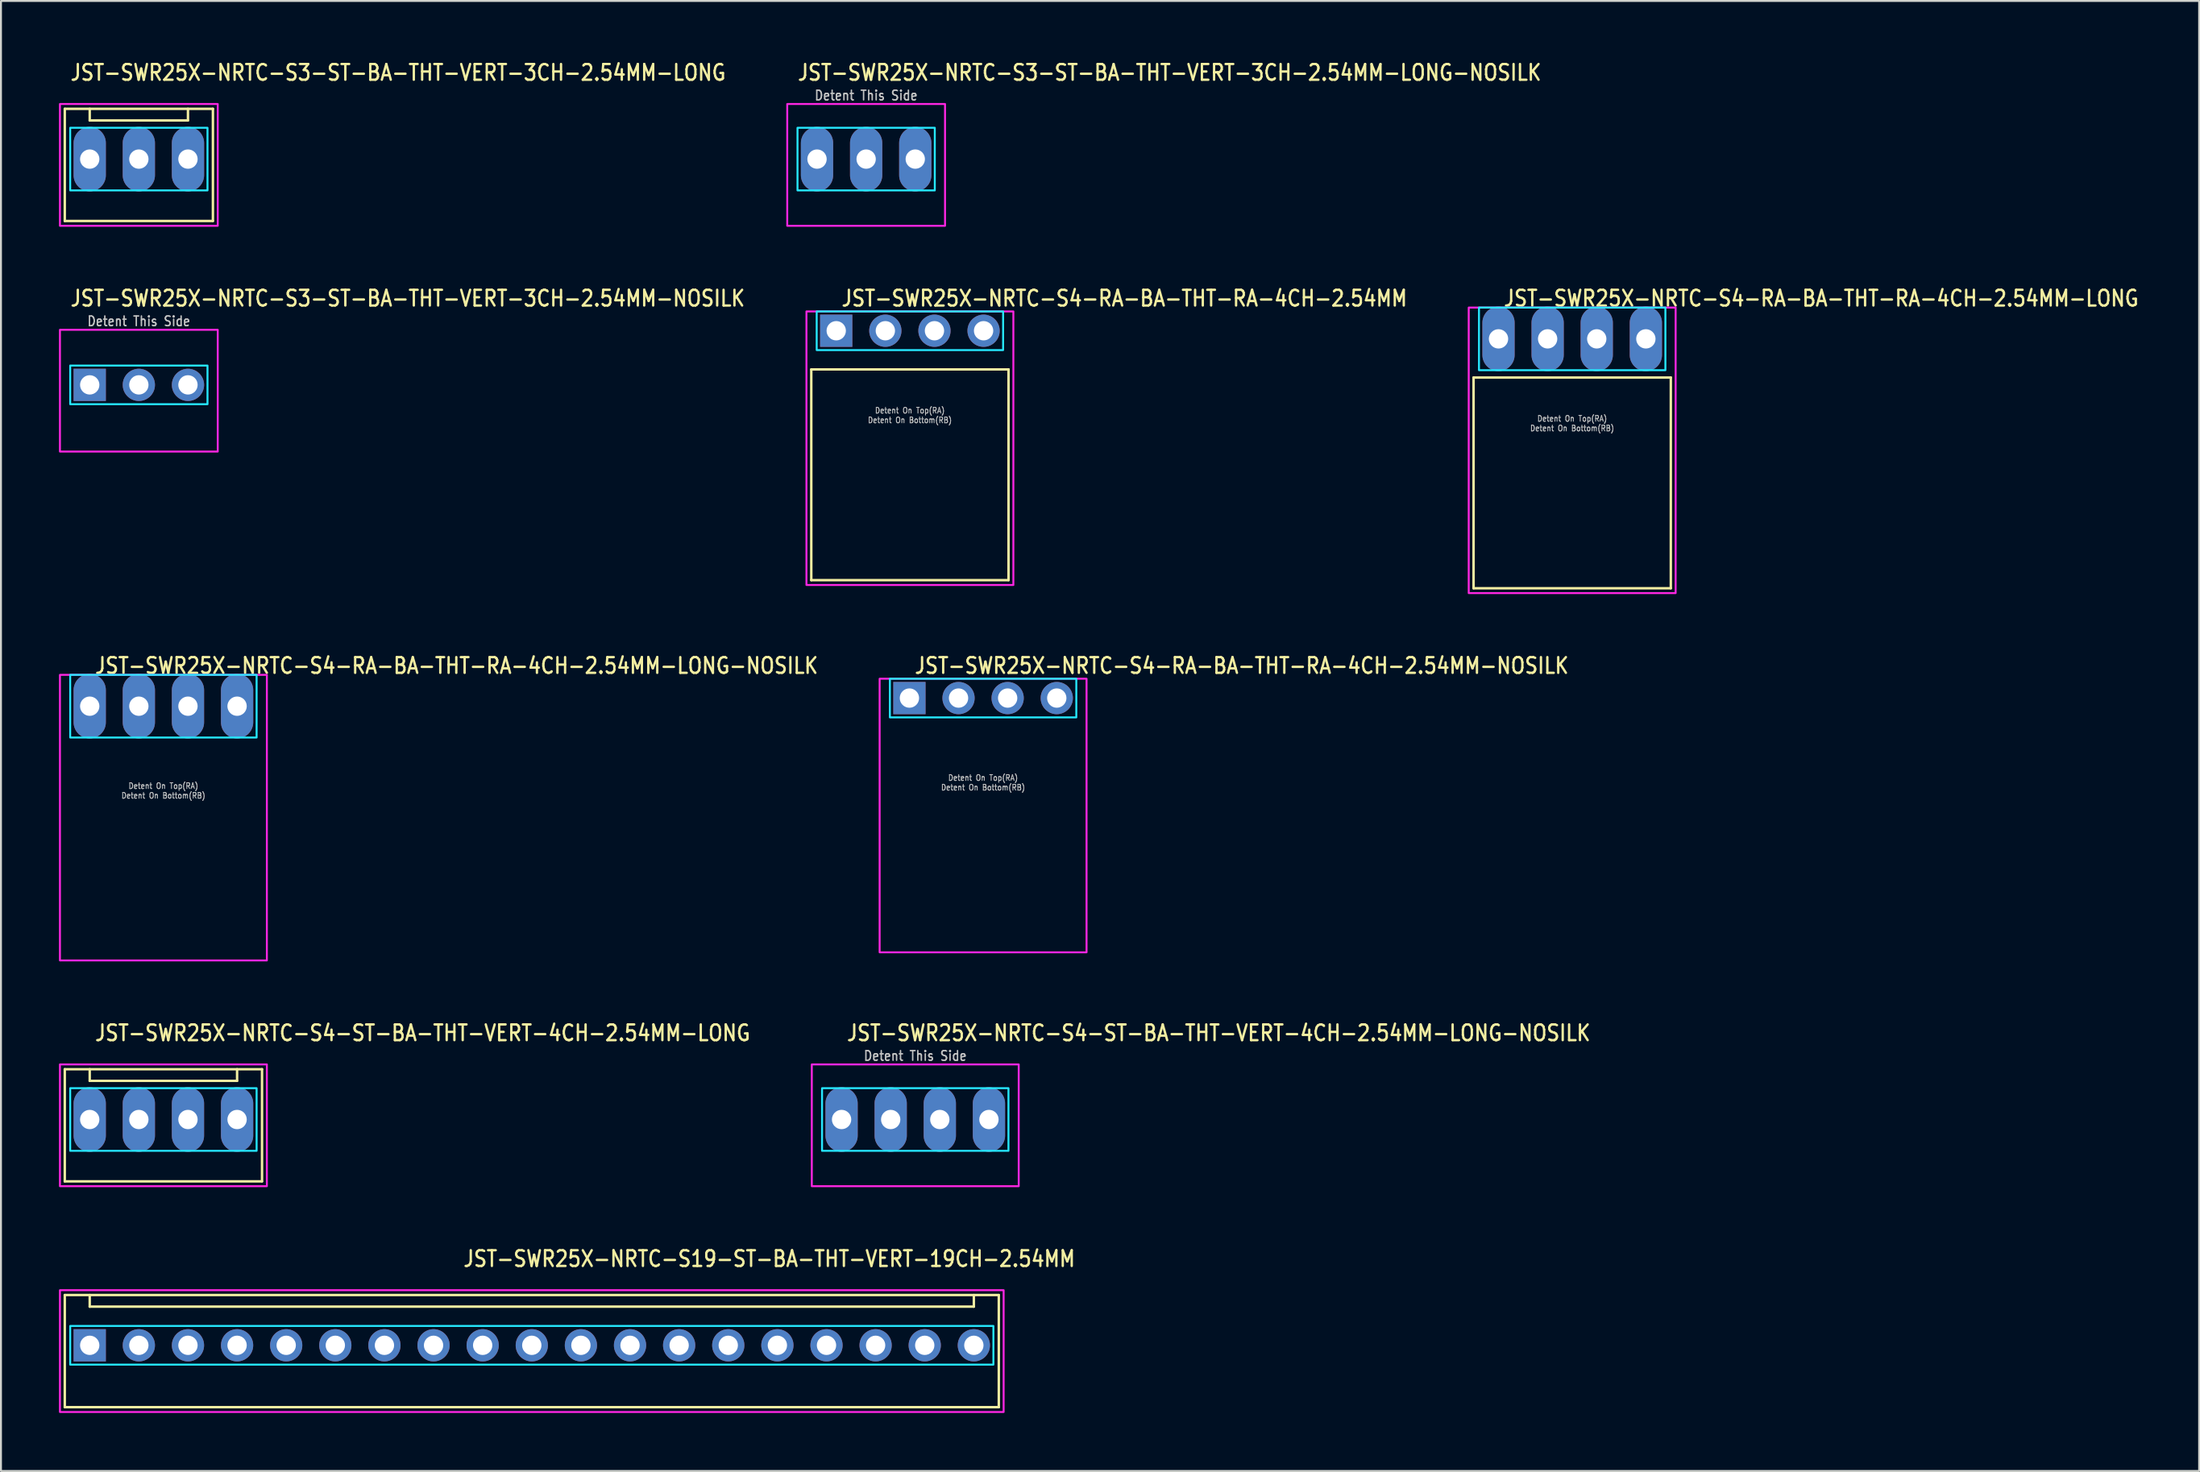
<source format=kicad_pcb>
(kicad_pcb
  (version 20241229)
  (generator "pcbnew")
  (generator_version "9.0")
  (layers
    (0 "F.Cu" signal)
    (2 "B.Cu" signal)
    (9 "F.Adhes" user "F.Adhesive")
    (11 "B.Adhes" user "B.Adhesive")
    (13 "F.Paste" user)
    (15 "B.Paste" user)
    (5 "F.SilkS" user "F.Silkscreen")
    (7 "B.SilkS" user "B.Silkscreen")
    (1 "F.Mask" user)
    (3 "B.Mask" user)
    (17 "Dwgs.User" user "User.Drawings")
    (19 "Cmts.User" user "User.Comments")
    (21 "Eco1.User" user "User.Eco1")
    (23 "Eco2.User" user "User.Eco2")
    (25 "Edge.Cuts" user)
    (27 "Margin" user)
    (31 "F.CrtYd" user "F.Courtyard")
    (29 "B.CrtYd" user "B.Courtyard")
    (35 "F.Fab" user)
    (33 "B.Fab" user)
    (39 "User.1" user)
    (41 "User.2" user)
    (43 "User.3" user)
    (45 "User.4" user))
  (footprint "JST-SWR25X-NRTC-S4-RA-BA-THT-RA-4CH-2.54MM-NOSILK"
    (layer "F.Cu")
    (at 47.788 33.056)
    (property "Reference" "JST-SWR25X-NRTC-S4-RA-BA-THT-RA-4CH-2.54MM-NOSILK" (at -3.6 -1.2 0) (unlocked yes) (layer "F.SilkS") (effects (font (size 0.813 0.695) (thickness 0.122)) (justify left bottom)))
    (fp_poly (pts (xy -4.82 -1) (xy -4.82 1) (xy 4.82 1) (xy 4.82 -1)) (stroke (width 0.1) (type solid)) (fill no) (layer "B.CrtYd"))
    (fp_poly (pts (xy -5.35 -1) (xy -5.35 13.15) (xy 5.35 13.15) (xy 5.35 -1)) (stroke (width 0.1) (type solid)) (fill no) (layer "F.CrtYd"))
    (fp_text user "Detent On Bottom(RB)" (at 0 4.8 0) (unlocked yes) (layer "Dwgs.User") (effects (font (size 0.3 0.257) (thickness 0.045)) (justify bottom)))
    (fp_text user "Detent On Top(RA)" (at 0 4.3 0) (unlocked yes) (layer "Dwgs.User") (effects (font (size 0.3 0.257) (thickness 0.045)) (justify bottom)))
    (pad "1" thru_hole rect (at -3.81 0) (size 1.667 1.667) (drill 1) (layers "*.Cu" "*.Mask"))
    (pad "2" thru_hole oval (at -1.27 0) (size 1.667 1.667) (drill 1) (layers "*.Cu" "*.Mask"))
    (pad "3" thru_hole oval (at 1.27 0) (size 1.667 1.667) (drill 1) (layers "*.Cu" "*.Mask"))
    (pad "4" thru_hole oval (at 3.81 0) (size 1.667 1.667) (drill 1) (layers "*.Cu" "*.Mask")))
  (footprint "JST-SWR25X-NRTC-S3-ST-BA-THT-VERT-3CH-2.54MM-LONG"
    (layer "F.Cu")
    (at 4.13 5.179)
    (property "Reference" "JST-SWR25X-NRTC-S3-ST-BA-THT-VERT-3CH-2.54MM-LONG" (at -3.6 -4 0) (unlocked yes) (layer "F.SilkS") (effects (font (size 0.813 0.695) (thickness 0.122)) (justify left bottom)))
    (fp_line (start -3.83 -2.6) (end 3.83 -2.6) (stroke (width 0.127) (type solid)) (layer "F.SilkS"))
    (fp_line (start -3.83 3.2) (end -3.83 -2.6) (stroke (width 0.127) (type solid)) (layer "F.SilkS"))
    (fp_line (start -3.83 3.2) (end 3.83 3.2) (stroke (width 0.127) (type solid)) (layer "F.SilkS"))
    (fp_line (start -2.54 -2.6) (end -2.54 -2) (stroke (width 0.127) (type solid)) (layer "F.SilkS"))
    (fp_line (start -2.54 -2) (end 2.54 -2) (stroke (width 0.127) (type solid)) (layer "F.SilkS"))
    (fp_line (start 2.54 -2.6) (end 2.54 -2) (stroke (width 0.127) (type solid)) (layer "F.SilkS"))
    (fp_line (start 3.83 -2.6) (end 3.83 3.2) (stroke (width 0.127) (type solid)) (layer "F.SilkS"))
    (fp_poly (pts (xy -3.55 -1.62) (xy -3.55 1.62) (xy 3.55 1.62) (xy 3.55 -1.62)) (stroke (width 0.1) (type solid)) (fill no) (layer "B.CrtYd"))
    (fp_poly (pts (xy -4.08 -2.85) (xy -4.08 3.45) (xy 4.08 3.45) (xy 4.08 -2.85)) (stroke (width 0.1) (type solid)) (fill no) (layer "F.CrtYd"))
    (pad "1" thru_hole oval (at -2.54 0 90) (size 3.333 1.667) (drill 1) (layers "*.Cu" "*.Mask"))
    (pad "2" thru_hole oval (at 0 0 90) (size 3.333 1.667) (drill 1) (layers "*.Cu" "*.Mask"))
    (pad "3" thru_hole oval (at 2.54 0 90) (size 3.333 1.667) (drill 1) (layers "*.Cu" "*.Mask")))
  (footprint "JST-SWR25X-NRTC-S4-RA-BA-THT-RA-4CH-2.54MM-LONG"
    (layer "F.Cu")
    (at 78.251 14.477)
    (property "Reference" "JST-SWR25X-NRTC-S4-RA-BA-THT-RA-4CH-2.54MM-LONG" (at -3.6 -1.62 0) (unlocked yes) (layer "F.SilkS") (effects (font (size 0.813 0.695) (thickness 0.122)) (justify left bottom)))
    (fp_line (start -5.1 2) (end 5.1 2) (stroke (width 0.127) (type solid)) (layer "F.SilkS"))
    (fp_line (start -5.1 12.9) (end -5.1 2) (stroke (width 0.127) (type solid)) (layer "F.SilkS"))
    (fp_line (start -5.1 12.9) (end 5.1 12.9) (stroke (width 0.127) (type solid)) (layer "F.SilkS"))
    (fp_line (start 5.1 2) (end 5.1 12.9) (stroke (width 0.127) (type solid)) (layer "F.SilkS"))
    (fp_poly (pts (xy -4.82 -1.62) (xy -4.82 1.62) (xy 4.82 1.62) (xy 4.82 -1.62)) (stroke (width 0.1) (type solid)) (fill no) (layer "B.CrtYd"))
    (fp_poly (pts (xy -5.35 -1.62) (xy -5.35 13.15) (xy 5.35 13.15) (xy 5.35 -1.62)) (stroke (width 0.1) (type solid)) (fill no) (layer "F.CrtYd"))
    (fp_text user "Detent On Top(RA)" (at 0 4.3 0) (unlocked yes) (layer "Dwgs.User") (effects (font (size 0.3 0.257) (thickness 0.045)) (justify bottom)))
    (fp_text user "Detent On Bottom(RB)" (at 0 4.8 0) (unlocked yes) (layer "Dwgs.User") (effects (font (size 0.3 0.257) (thickness 0.045)) (justify bottom)))
    (pad "1" thru_hole oval (at -3.81 0 90) (size 3.333 1.667) (drill 1) (layers "*.Cu" "*.Mask"))
    (pad "2" thru_hole oval (at -1.27 0 90) (size 3.333 1.667) (drill 1) (layers "*.Cu" "*.Mask"))
    (pad "3" thru_hole oval (at 1.27 0 90) (size 3.333 1.667) (drill 1) (layers "*.Cu" "*.Mask"))
    (pad "4" thru_hole oval (at 3.81 0 90) (size 3.333 1.667) (drill 1) (layers "*.Cu" "*.Mask")))
  (footprint "JST-SWR25X-NRTC-S19-ST-BA-THT-VERT-19CH-2.54MM"
    (layer "F.Cu")
    (at 24.45 66.533)
    (property "Reference" "JST-SWR25X-NRTC-S19-ST-BA-THT-VERT-19CH-2.54MM" (at -3.6 -4 0) (unlocked yes) (layer "F.SilkS") (effects (font (size 0.813 0.695) (thickness 0.122)) (justify left bottom)))
    (fp_line (start -24.15 -2.6) (end 24.15 -2.6) (stroke (width 0.127) (type solid)) (layer "F.SilkS"))
    (fp_line (start -24.15 3.2) (end -24.15 -2.6) (stroke (width 0.127) (type solid)) (layer "F.SilkS"))
    (fp_line (start -24.15 3.2) (end 24.15 3.2) (stroke (width 0.127) (type solid)) (layer "F.SilkS"))
    (fp_line (start -22.86 -2.6) (end -22.86 -2) (stroke (width 0.127) (type solid)) (layer "F.SilkS"))
    (fp_line (start -22.86 -2) (end 22.86 -2) (stroke (width 0.127) (type solid)) (layer "F.SilkS"))
    (fp_line (start 22.86 -2.6) (end 22.86 -2) (stroke (width 0.127) (type solid)) (layer "F.SilkS"))
    (fp_line (start 24.15 -2.6) (end 24.15 3.2) (stroke (width 0.127) (type solid)) (layer "F.SilkS"))
    (fp_poly (pts (xy -23.87 -1) (xy -23.87 1) (xy 23.87 1) (xy 23.87 -1)) (stroke (width 0.1) (type solid)) (fill no) (layer "B.CrtYd"))
    (fp_poly (pts (xy -24.4 -2.85) (xy -24.4 3.45) (xy 24.4 3.45) (xy 24.4 -2.85)) (stroke (width 0.1) (type solid)) (fill no) (layer "F.CrtYd"))
    (pad "P$1" thru_hole rect (at -22.86 0) (size 1.667 1.667) (drill 1) (layers "*.Cu" "*.Mask"))
    (pad "P$2" thru_hole oval (at -20.32 0) (size 1.667 1.667) (drill 1) (layers "*.Cu" "*.Mask"))
    (pad "P$3" thru_hole oval (at -17.78 0) (size 1.667 1.667) (drill 1) (layers "*.Cu" "*.Mask"))
    (pad "P$4" thru_hole oval (at -15.24 0) (size 1.667 1.667) (drill 1) (layers "*.Cu" "*.Mask"))
    (pad "P$5" thru_hole oval (at -12.7 0) (size 1.667 1.667) (drill 1) (layers "*.Cu" "*.Mask"))
    (pad "P$6" thru_hole oval (at -10.16 0) (size 1.667 1.667) (drill 1) (layers "*.Cu" "*.Mask"))
    (pad "P$7" thru_hole oval (at -7.62 0) (size 1.667 1.667) (drill 1) (layers "*.Cu" "*.Mask"))
    (pad "P$8" thru_hole oval (at -5.08 0) (size 1.667 1.667) (drill 1) (layers "*.Cu" "*.Mask"))
    (pad "P$9" thru_hole oval (at -2.54 0) (size 1.667 1.667) (drill 1) (layers "*.Cu" "*.Mask"))
    (pad "P$10" thru_hole oval (at 0 0) (size 1.667 1.667) (drill 1) (layers "*.Cu" "*.Mask"))
    (pad "P$11" thru_hole oval (at 2.54 0) (size 1.667 1.667) (drill 1) (layers "*.Cu" "*.Mask"))
    (pad "P$12" thru_hole oval (at 5.08 0) (size 1.667 1.667) (drill 1) (layers "*.Cu" "*.Mask"))
    (pad "P$13" thru_hole oval (at 7.62 0) (size 1.667 1.667) (drill 1) (layers "*.Cu" "*.Mask"))
    (pad "P$14" thru_hole oval (at 10.16 0) (size 1.667 1.667) (drill 1) (layers "*.Cu" "*.Mask"))
    (pad "P$15" thru_hole oval (at 12.7 0) (size 1.667 1.667) (drill 1) (layers "*.Cu" "*.Mask"))
    (pad "P$16" thru_hole oval (at 15.24 0) (size 1.667 1.667) (drill 1) (layers "*.Cu" "*.Mask"))
    (pad "P$17" thru_hole oval (at 17.78 0) (size 1.667 1.667) (drill 1) (layers "*.Cu" "*.Mask"))
    (pad "P$18" thru_hole oval (at 20.32 0) (size 1.667 1.667) (drill 1) (layers "*.Cu" "*.Mask"))
    (pad "P$19" thru_hole oval (at 22.86 0) (size 1.667 1.667) (drill 1) (layers "*.Cu" "*.Mask")))
  (footprint "JST-SWR25X-NRTC-S4-RA-BA-THT-RA-4CH-2.54MM-LONG-NOSILK"
    (layer "F.Cu")
    (at 5.4 33.476)
    (property "Reference" "JST-SWR25X-NRTC-S4-RA-BA-THT-RA-4CH-2.54MM-LONG-NOSILK" (at -3.6 -1.62 0) (unlocked yes) (layer "F.SilkS") (effects (font (size 0.813 0.695) (thickness 0.122)) (justify left bottom)))
    (fp_poly (pts (xy -4.82 -1.62) (xy -4.82 1.62) (xy 4.82 1.62) (xy 4.82 -1.62)) (stroke (width 0.1) (type solid)) (fill no) (layer "B.CrtYd"))
    (fp_poly (pts (xy -5.35 -1.62) (xy -5.35 13.15) (xy 5.35 13.15) (xy 5.35 -1.62)) (stroke (width 0.1) (type solid)) (fill no) (layer "F.CrtYd"))
    (fp_text user "Detent On Top(RA)" (at 0 4.3 0) (unlocked yes) (layer "Dwgs.User") (effects (font (size 0.3 0.257) (thickness 0.045)) (justify bottom)))
    (fp_text user "Detent On Bottom(RB)" (at 0 4.8 0) (unlocked yes) (layer "Dwgs.User") (effects (font (size 0.3 0.257) (thickness 0.045)) (justify bottom)))
    (pad "P$1" thru_hole oval (at -3.81 0 90) (size 3.333 1.667) (drill 1) (layers "*.Cu" "*.Mask"))
    (pad "P$2" thru_hole oval (at -1.27 0 90) (size 3.333 1.667) (drill 1) (layers "*.Cu" "*.Mask"))
    (pad "P$3" thru_hole oval (at 1.27 0 90) (size 3.333 1.667) (drill 1) (layers "*.Cu" "*.Mask"))
    (pad "P$4" thru_hole oval (at 3.81 0 90) (size 3.333 1.667) (drill 1) (layers "*.Cu" "*.Mask")))
  (footprint "JST-SWR25X-NRTC-S4-ST-BA-THT-VERT-4CH-2.54MM-LONG-NOSILK"
    (layer "F.Cu")
    (at 44.28 54.854)
    (property "Reference" "JST-SWR25X-NRTC-S4-ST-BA-THT-VERT-4CH-2.54MM-LONG-NOSILK" (at -3.6 -4 0) (unlocked yes) (layer "F.SilkS") (effects (font (size 0.813 0.695) (thickness 0.122)) (justify left bottom)))
    (fp_poly (pts (xy -4.82 -1.62) (xy -4.82 1.62) (xy 4.82 1.62) (xy 4.82 -1.62)) (stroke (width 0.1) (type solid)) (fill no) (layer "B.CrtYd"))
    (fp_poly (pts (xy -5.35 -2.85) (xy -5.35 3.45) (xy 5.35 3.45) (xy 5.35 -2.85)) (stroke (width 0.1) (type solid)) (fill no) (layer "F.CrtYd"))
    (fp_text user "Detent This Side" (at 0 -3 0) (unlocked yes) (layer "Dwgs.User") (effects (font (size 0.5 0.427) (thickness 0.075)) (justify bottom)))
    (pad "1" thru_hole oval (at -3.81 0 90) (size 3.333 1.667) (drill 1) (layers "*.Cu" "*.Mask"))
    (pad "2" thru_hole oval (at -1.27 0 90) (size 3.333 1.667) (drill 1) (layers "*.Cu" "*.Mask"))
    (pad "3" thru_hole oval (at 1.27 0 90) (size 3.333 1.667) (drill 1) (layers "*.Cu" "*.Mask"))
    (pad "4" thru_hole oval (at 3.81 0 90) (size 3.333 1.667) (drill 1) (layers "*.Cu" "*.Mask")))
  (footprint "JST-SWR25X-NRTC-S4-ST-BA-THT-VERT-4CH-2.54MM-LONG"
    (layer "F.Cu")
    (at 5.4 54.854)
    (property "Reference" "JST-SWR25X-NRTC-S4-ST-BA-THT-VERT-4CH-2.54MM-LONG" (at -3.6 -4 0) (unlocked yes) (layer "F.SilkS") (effects (font (size 0.813 0.695) (thickness 0.122)) (justify left bottom)))
    (fp_line (start -5.1 -2.6) (end 5.1 -2.6) (stroke (width 0.127) (type solid)) (layer "F.SilkS"))
    (fp_line (start -5.1 3.2) (end -5.1 -2.6) (stroke (width 0.127) (type solid)) (layer "F.SilkS"))
    (fp_line (start -5.1 3.2) (end 5.1 3.2) (stroke (width 0.127) (type solid)) (layer "F.SilkS"))
    (fp_line (start -3.81 -2.6) (end -3.81 -2) (stroke (width 0.127) (type solid)) (layer "F.SilkS"))
    (fp_line (start -3.81 -2) (end 3.81 -2) (stroke (width 0.127) (type solid)) (layer "F.SilkS"))
    (fp_line (start 3.81 -2.6) (end 3.81 -2) (stroke (width 0.127) (type solid)) (layer "F.SilkS"))
    (fp_line (start 5.1 -2.6) (end 5.1 3.2) (stroke (width 0.127) (type solid)) (layer "F.SilkS"))
    (fp_poly (pts (xy -4.82 -1.62) (xy -4.82 1.62) (xy 4.82 1.62) (xy 4.82 -1.62)) (stroke (width 0.1) (type solid)) (fill no) (layer "B.CrtYd"))
    (fp_poly (pts (xy -5.35 -2.85) (xy -5.35 3.45) (xy 5.35 3.45) (xy 5.35 -2.85)) (stroke (width 0.1) (type solid)) (fill no) (layer "F.CrtYd"))
    (pad "1" thru_hole oval (at -3.81 0 90) (size 3.333 1.667) (drill 1) (layers "*.Cu" "*.Mask"))
    (pad "2" thru_hole oval (at -1.27 0 90) (size 3.333 1.667) (drill 1) (layers "*.Cu" "*.Mask"))
    (pad "3" thru_hole oval (at 1.27 0 90) (size 3.333 1.667) (drill 1) (layers "*.Cu" "*.Mask"))
    (pad "4" thru_hole oval (at 3.81 0 90) (size 3.333 1.667) (drill 1) (layers "*.Cu" "*.Mask")))
  (footprint "JST-SWR25X-NRTC-S3-ST-BA-THT-VERT-3CH-2.54MM-NOSILK"
    (layer "F.Cu")
    (at 4.13 16.857)
    (property "Reference" "JST-SWR25X-NRTC-S3-ST-BA-THT-VERT-3CH-2.54MM-NOSILK" (at -3.6 -4 0) (unlocked yes) (layer "F.SilkS") (effects (font (size 0.813 0.695) (thickness 0.122)) (justify left bottom)))
    (fp_poly (pts (xy -3.55 -1) (xy -3.55 1) (xy 3.55 1) (xy 3.55 -1)) (stroke (width 0.1) (type solid)) (fill no) (layer "B.CrtYd"))
    (fp_poly (pts (xy -4.08 -2.85) (xy -4.08 3.45) (xy 4.08 3.45) (xy 4.08 -2.85)) (stroke (width 0.1) (type solid)) (fill no) (layer "F.CrtYd"))
    (fp_text user "Detent This Side" (at 0 -3 0) (unlocked yes) (layer "Dwgs.User") (effects (font (size 0.5 0.427) (thickness 0.075)) (justify bottom)))
    (pad "P$1" thru_hole rect (at -2.54 0) (size 1.667 1.667) (drill 1) (layers "*.Cu" "*.Mask"))
    (pad "P$2" thru_hole oval (at 0 0) (size 1.667 1.667) (drill 1) (layers "*.Cu" "*.Mask"))
    (pad "P$3" thru_hole oval (at 2.54 0) (size 1.667 1.667) (drill 1) (layers "*.Cu" "*.Mask")))
  (footprint "JST-SWR25X-NRTC-S3-ST-BA-THT-VERT-3CH-2.54MM-LONG-NOSILK"
    (layer "F.Cu")
    (at 41.74 5.179)
    (property "Reference" "JST-SWR25X-NRTC-S3-ST-BA-THT-VERT-3CH-2.54MM-LONG-NOSILK" (at -3.6 -4 0) (unlocked yes) (layer "F.SilkS") (effects (font (size 0.813 0.695) (thickness 0.122)) (justify left bottom)))
    (fp_poly (pts (xy -3.55 -1.62) (xy -3.55 1.62) (xy 3.55 1.62) (xy 3.55 -1.62)) (stroke (width 0.1) (type solid)) (fill no) (layer "B.CrtYd"))
    (fp_poly (pts (xy -4.08 -2.85) (xy -4.08 3.45) (xy 4.08 3.45) (xy 4.08 -2.85)) (stroke (width 0.1) (type solid)) (fill no) (layer "F.CrtYd"))
    (fp_text user "Detent This Side" (at 0 -3 0) (unlocked yes) (layer "Dwgs.User") (effects (font (size 0.5 0.427) (thickness 0.075)) (justify bottom)))
    (pad "1" thru_hole oval (at -2.54 0 90) (size 3.333 1.667) (drill 1) (layers "*.Cu" "*.Mask"))
    (pad "2" thru_hole oval (at 0 0 90) (size 3.333 1.667) (drill 1) (layers "*.Cu" "*.Mask"))
    (pad "3" thru_hole oval (at 2.54 0 90) (size 3.333 1.667) (drill 1) (layers "*.Cu" "*.Mask")))
  (footprint "JST-SWR25X-NRTC-S4-RA-BA-THT-RA-4CH-2.54MM"
    (layer "F.Cu")
    (at 44.003 14.057)
    (property "Reference" "JST-SWR25X-NRTC-S4-RA-BA-THT-RA-4CH-2.54MM" (at -3.6 -1.2 0) (unlocked yes) (layer "F.SilkS") (effects (font (size 0.813 0.695) (thickness 0.122)) (justify left bottom)))
    (fp_line (start -5.1 2) (end 5.1 2) (stroke (width 0.127) (type solid)) (layer "F.SilkS"))
    (fp_line (start -5.1 12.9) (end -5.1 2) (stroke (width 0.127) (type solid)) (layer "F.SilkS"))
    (fp_line (start -5.1 12.9) (end 5.1 12.9) (stroke (width 0.127) (type solid)) (layer "F.SilkS"))
    (fp_line (start 5.1 2) (end 5.1 12.9) (stroke (width 0.127) (type solid)) (layer "F.SilkS"))
    (fp_poly (pts (xy -4.82 -1) (xy -4.82 1) (xy 4.82 1) (xy 4.82 -1)) (stroke (width 0.1) (type solid)) (fill no) (layer "B.CrtYd"))
    (fp_poly (pts (xy -5.35 -1) (xy -5.35 13.15) (xy 5.35 13.15) (xy 5.35 -1)) (stroke (width 0.1) (type solid)) (fill no) (layer "F.CrtYd"))
    (fp_text user "Detent On Top(RA)" (at 0 4.3 0) (unlocked yes) (layer "Dwgs.User") (effects (font (size 0.3 0.257) (thickness 0.045)) (justify bottom)))
    (fp_text user "Detent On Bottom(RB)" (at 0 4.8 0) (unlocked yes) (layer "Dwgs.User") (effects (font (size 0.3 0.257) (thickness 0.045)) (justify bottom)))
    (pad "1" thru_hole rect (at -3.81 0) (size 1.667 1.667) (drill 1) (layers "*.Cu" "*.Mask"))
    (pad "2" thru_hole oval (at -1.27 0) (size 1.667 1.667) (drill 1) (layers "*.Cu" "*.Mask"))
    (pad "3" thru_hole oval (at 1.27 0) (size 1.667 1.667) (drill 1) (layers "*.Cu" "*.Mask"))
    (pad "4" thru_hole oval (at 3.81 0) (size 1.667 1.667) (drill 1) (layers "*.Cu" "*.Mask")))
  (gr_rect
    (start -3 -3)
    (end 110.672 73.033)
    (stroke (width 0.1) (type default))
    (fill no)
    (layer "Edge.Cuts")))
</source>
